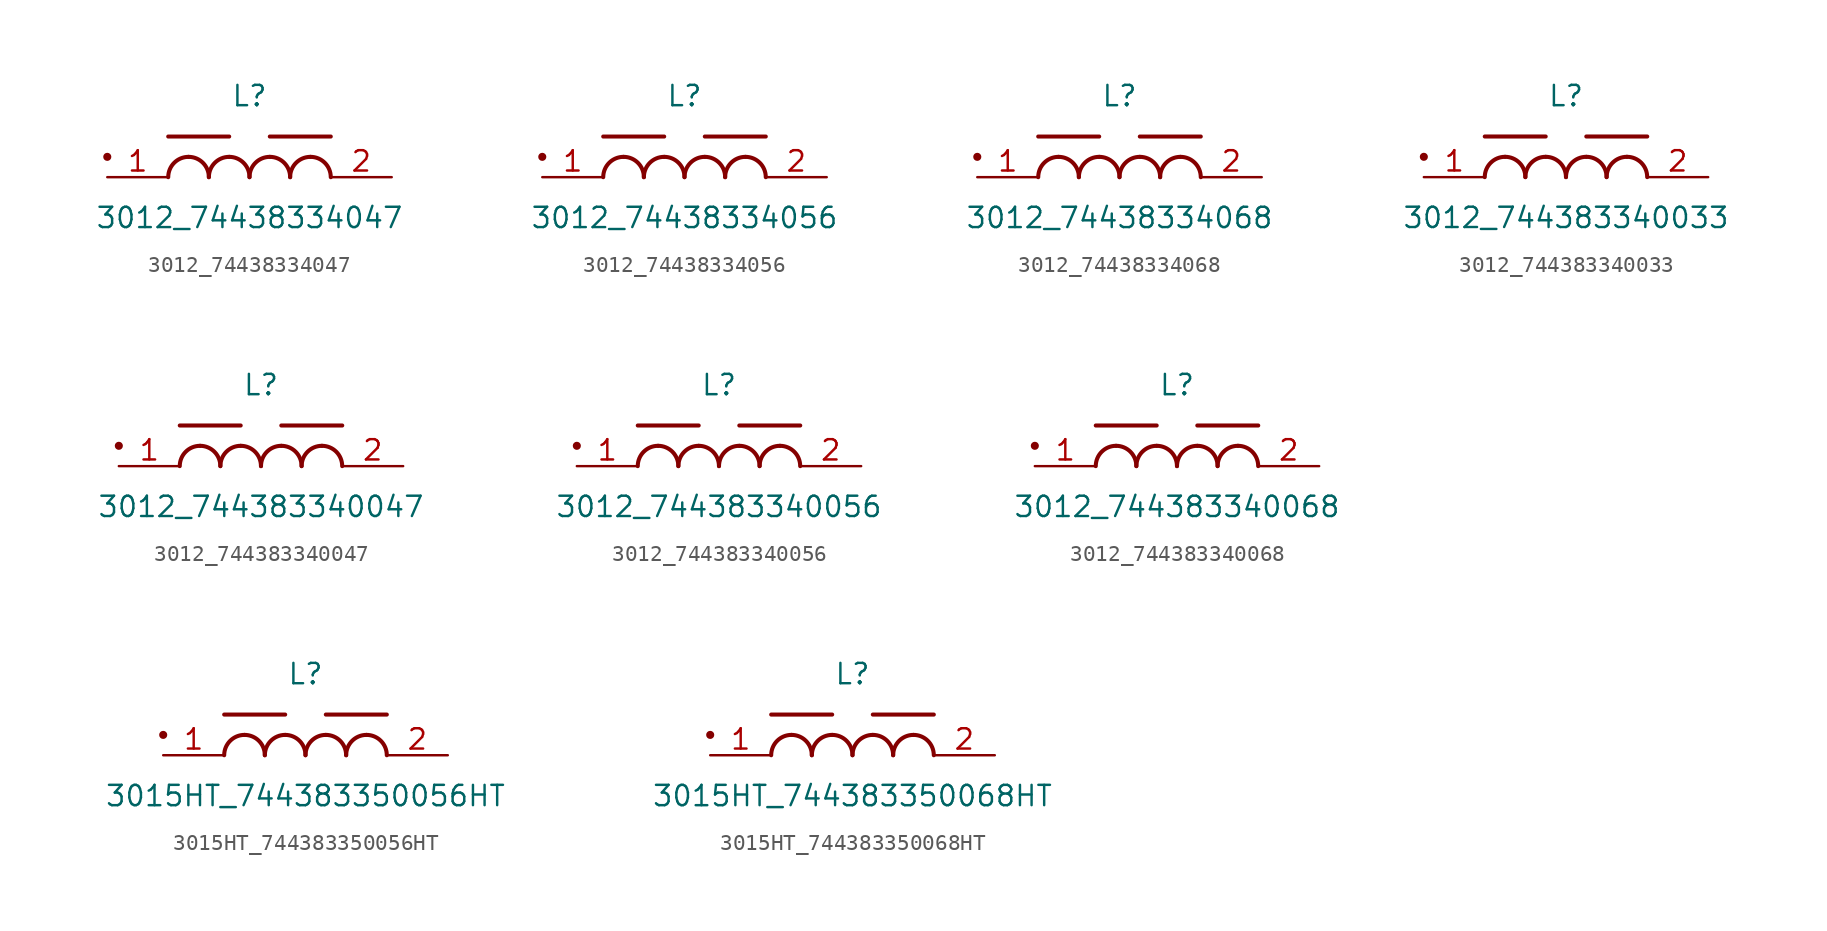
<source format=kicad_sym>
(kicad_symbol_lib
  (version 20211014)
  (generator kicad_symbol_editor)
  (symbol "Inductor_Wurth_WE-MAPI:3012_74438334047"
    (pin_names hide)
    (property "Reference" "L"
      (at 0 5.08 0)
      (effects (font (size 1.27 1.27))))
    (property "Value" "3012_74438334047"
      (at 0 -2.54 0)
      (effects (font (size 1.27 1.27))))
    (symbol "3012_74438334047_0_1"
      (circle (center -8.89 1.27) (radius 0.0001) (stroke (width 0.254)) (stroke (width 0.254) (type default) (color 0 0 0 0)) (fill (type none)))
      (arc (start -3.81 1.27) (mid -4.708 0.898) (end -5.08 0) (stroke (width 0.254) (type default) (color 0 0 0 0)) (fill (type none)))
      (arc (start -2.54 0) (mid -2.912 0.898) (end -3.81 1.27) (stroke (width 0.254) (type default) (color 0 0 0 0)) (fill (type none)))
      (arc (start -1.2699 1.2701) (mid -2.1679 0.8981) (end -2.5399 0.0001) (stroke (width 0.254) (type default) (color 0 0 0 0)) (fill (type none)))
      (polyline (pts (xy -5.08 2.54) (xy -1.27 2.54)) (stroke (width 0.254) (type default) (color 0 0 0 0)) (fill (type none)))
      (polyline (pts (xy 5.08 2.54) (xy 1.27 2.54)) (stroke (width 0.254) (type default) (color 0 0 0 0)) (fill (type none)))
      (arc (start 0.0001 0.0001) (mid -0.3719 0.8981) (end -1.2699 1.2701) (stroke (width 0.254) (type default) (color 0 0 0 0)) (fill (type none)))
      (arc (start 1.2701 1.2701) (mid 0.3721 0.8981) (end 0.0001 0.0001) (stroke (width 0.254) (type default) (color 0 0 0 0)) (fill (type none)))
      (arc (start 2.5401 0.0001) (mid 2.1681 0.8981) (end 1.2701 1.2701) (stroke (width 0.254) (type default) (color 0 0 0 0)) (fill (type none)))
      (arc (start 3.8101 1.2701) (mid 2.9121 0.8981) (end 2.5401 0.0001) (stroke (width 0.254) (type default) (color 0 0 0 0)) (fill (type none)))
      (arc (start 5.0801 0.0001) (mid 4.7081 0.8981) (end 3.8101 1.2701) (stroke (width 0.254) (type default) (color 0 0 0 0)) (fill (type none))))
    (symbol "3012_74438334047_1_1"
      (pin passive line (at -8.89 0 0) (length 3.81) (name "1" (effects (font (size 1.27 1.27)))) (number "1" (effects (font (size 1.27 1.27)))))
      (pin passive line (at 8.89 0 180) (length 3.81) (name "2" (effects (font (size 1.27 1.27)))) (number "2" (effects (font (size 1.27 1.27)))))))
  (symbol "Inductor_Wurth_WE-MAPI:3012_74438334056"
    (pin_names hide)
    (property "Reference" "L"
      (at 0 5.08 0)
      (effects (font (size 1.27 1.27))))
    (property "Value" "3012_74438334056"
      (at 0 -2.54 0)
      (effects (font (size 1.27 1.27))))
    (symbol "3012_74438334056_0_1"
      (circle (center -8.89 1.27) (radius 0.0001) (stroke (width 0.254)) (stroke (width 0.254) (type default) (color 0 0 0 0)) (fill (type none)))
      (arc (start -3.81 1.27) (mid -4.708 0.898) (end -5.08 0) (stroke (width 0.254) (type default) (color 0 0 0 0)) (fill (type none)))
      (arc (start -2.54 0) (mid -2.912 0.898) (end -3.81 1.27) (stroke (width 0.254) (type default) (color 0 0 0 0)) (fill (type none)))
      (arc (start -1.2699 1.2701) (mid -2.1679 0.8981) (end -2.5399 0.0001) (stroke (width 0.254) (type default) (color 0 0 0 0)) (fill (type none)))
      (polyline (pts (xy -5.08 2.54) (xy -1.27 2.54)) (stroke (width 0.254) (type default) (color 0 0 0 0)) (fill (type none)))
      (polyline (pts (xy 5.08 2.54) (xy 1.27 2.54)) (stroke (width 0.254) (type default) (color 0 0 0 0)) (fill (type none)))
      (arc (start 0.0001 0.0001) (mid -0.3719 0.8981) (end -1.2699 1.2701) (stroke (width 0.254) (type default) (color 0 0 0 0)) (fill (type none)))
      (arc (start 1.2701 1.2701) (mid 0.3721 0.8981) (end 0.0001 0.0001) (stroke (width 0.254) (type default) (color 0 0 0 0)) (fill (type none)))
      (arc (start 2.5401 0.0001) (mid 2.1681 0.8981) (end 1.2701 1.2701) (stroke (width 0.254) (type default) (color 0 0 0 0)) (fill (type none)))
      (arc (start 3.8101 1.2701) (mid 2.9121 0.8981) (end 2.5401 0.0001) (stroke (width 0.254) (type default) (color 0 0 0 0)) (fill (type none)))
      (arc (start 5.0801 0.0001) (mid 4.7081 0.8981) (end 3.8101 1.2701) (stroke (width 0.254) (type default) (color 0 0 0 0)) (fill (type none))))
    (symbol "3012_74438334056_1_1"
      (pin passive line (at -8.89 0 0) (length 3.81) (name "1" (effects (font (size 1.27 1.27)))) (number "1" (effects (font (size 1.27 1.27)))))
      (pin passive line (at 8.89 0 180) (length 3.81) (name "2" (effects (font (size 1.27 1.27)))) (number "2" (effects (font (size 1.27 1.27)))))))
  (symbol "Inductor_Wurth_WE-MAPI:3012_74438334068"
    (pin_names hide)
    (property "Reference" "L"
      (at 0 5.08 0)
      (effects (font (size 1.27 1.27))))
    (property "Value" "3012_74438334068"
      (at 0 -2.54 0)
      (effects (font (size 1.27 1.27))))
    (symbol "3012_74438334068_0_1"
      (circle (center -8.89 1.27) (radius 0.0001) (stroke (width 0.254)) (stroke (width 0.254) (type default) (color 0 0 0 0)) (fill (type none)))
      (arc (start -3.81 1.27) (mid -4.708 0.898) (end -5.08 0) (stroke (width 0.254) (type default) (color 0 0 0 0)) (fill (type none)))
      (arc (start -2.54 0) (mid -2.912 0.898) (end -3.81 1.27) (stroke (width 0.254) (type default) (color 0 0 0 0)) (fill (type none)))
      (arc (start -1.2699 1.2701) (mid -2.1679 0.8981) (end -2.5399 0.0001) (stroke (width 0.254) (type default) (color 0 0 0 0)) (fill (type none)))
      (polyline (pts (xy -5.08 2.54) (xy -1.27 2.54)) (stroke (width 0.254) (type default) (color 0 0 0 0)) (fill (type none)))
      (polyline (pts (xy 5.08 2.54) (xy 1.27 2.54)) (stroke (width 0.254) (type default) (color 0 0 0 0)) (fill (type none)))
      (arc (start 0.0001 0.0001) (mid -0.3719 0.8981) (end -1.2699 1.2701) (stroke (width 0.254) (type default) (color 0 0 0 0)) (fill (type none)))
      (arc (start 1.2701 1.2701) (mid 0.3721 0.8981) (end 0.0001 0.0001) (stroke (width 0.254) (type default) (color 0 0 0 0)) (fill (type none)))
      (arc (start 2.5401 0.0001) (mid 2.1681 0.8981) (end 1.2701 1.2701) (stroke (width 0.254) (type default) (color 0 0 0 0)) (fill (type none)))
      (arc (start 3.8101 1.2701) (mid 2.9121 0.8981) (end 2.5401 0.0001) (stroke (width 0.254) (type default) (color 0 0 0 0)) (fill (type none)))
      (arc (start 5.0801 0.0001) (mid 4.7081 0.8981) (end 3.8101 1.2701) (stroke (width 0.254) (type default) (color 0 0 0 0)) (fill (type none))))
    (symbol "3012_74438334068_1_1"
      (pin passive line (at -8.89 0 0) (length 3.81) (name "1" (effects (font (size 1.27 1.27)))) (number "1" (effects (font (size 1.27 1.27)))))
      (pin passive line (at 8.89 0 180) (length 3.81) (name "2" (effects (font (size 1.27 1.27)))) (number "2" (effects (font (size 1.27 1.27)))))))
  (symbol "Inductor_Wurth_WE-MAPI:3012_744383340033"
    (pin_names hide)
    (property "Reference" "L"
      (at 0 5.08 0)
      (effects (font (size 1.27 1.27))))
    (property "Value" "3012_744383340033"
      (at 0 -2.54 0)
      (effects (font (size 1.27 1.27))))
    (symbol "3012_744383340033_0_1"
      (circle (center -8.89 1.27) (radius 0.0001) (stroke (width 0.254)) (stroke (width 0.254) (type default) (color 0 0 0 0)) (fill (type none)))
      (arc (start -3.81 1.27) (mid -4.708 0.898) (end -5.08 0) (stroke (width 0.254) (type default) (color 0 0 0 0)) (fill (type none)))
      (arc (start -2.54 0) (mid -2.912 0.898) (end -3.81 1.27) (stroke (width 0.254) (type default) (color 0 0 0 0)) (fill (type none)))
      (arc (start -1.2699 1.2701) (mid -2.1679 0.8981) (end -2.5399 0.0001) (stroke (width 0.254) (type default) (color 0 0 0 0)) (fill (type none)))
      (polyline (pts (xy -5.08 2.54) (xy -1.27 2.54)) (stroke (width 0.254) (type default) (color 0 0 0 0)) (fill (type none)))
      (polyline (pts (xy 5.08 2.54) (xy 1.27 2.54)) (stroke (width 0.254) (type default) (color 0 0 0 0)) (fill (type none)))
      (arc (start 0.0001 0.0001) (mid -0.3719 0.8981) (end -1.2699 1.2701) (stroke (width 0.254) (type default) (color 0 0 0 0)) (fill (type none)))
      (arc (start 1.2701 1.2701) (mid 0.3721 0.8981) (end 0.0001 0.0001) (stroke (width 0.254) (type default) (color 0 0 0 0)) (fill (type none)))
      (arc (start 2.5401 0.0001) (mid 2.1681 0.8981) (end 1.2701 1.2701) (stroke (width 0.254) (type default) (color 0 0 0 0)) (fill (type none)))
      (arc (start 3.8101 1.2701) (mid 2.9121 0.8981) (end 2.5401 0.0001) (stroke (width 0.254) (type default) (color 0 0 0 0)) (fill (type none)))
      (arc (start 5.0801 0.0001) (mid 4.7081 0.8981) (end 3.8101 1.2701) (stroke (width 0.254) (type default) (color 0 0 0 0)) (fill (type none))))
    (symbol "3012_744383340033_1_1"
      (pin passive line (at -8.89 0 0) (length 3.81) (name "1" (effects (font (size 1.27 1.27)))) (number "1" (effects (font (size 1.27 1.27)))))
      (pin passive line (at 8.89 0 180) (length 3.81) (name "2" (effects (font (size 1.27 1.27)))) (number "2" (effects (font (size 1.27 1.27)))))))
  (symbol "Inductor_Wurth_WE-MAPI:3012_744383340047"
    (pin_names hide)
    (property "Reference" "L"
      (at 0 5.08 0)
      (effects (font (size 1.27 1.27))))
    (property "Value" "3012_744383340047"
      (at 0 -2.54 0)
      (effects (font (size 1.27 1.27))))
    (symbol "3012_744383340047_0_1"
      (circle (center -8.89 1.27) (radius 0.0001) (stroke (width 0.254)) (stroke (width 0.254) (type default) (color 0 0 0 0)) (fill (type none)))
      (arc (start -3.81 1.27) (mid -4.708 0.898) (end -5.08 0) (stroke (width 0.254) (type default) (color 0 0 0 0)) (fill (type none)))
      (arc (start -2.54 0) (mid -2.912 0.898) (end -3.81 1.27) (stroke (width 0.254) (type default) (color 0 0 0 0)) (fill (type none)))
      (arc (start -1.2699 1.2701) (mid -2.1679 0.8981) (end -2.5399 0.0001) (stroke (width 0.254) (type default) (color 0 0 0 0)) (fill (type none)))
      (polyline (pts (xy -5.08 2.54) (xy -1.27 2.54)) (stroke (width 0.254) (type default) (color 0 0 0 0)) (fill (type none)))
      (polyline (pts (xy 5.08 2.54) (xy 1.27 2.54)) (stroke (width 0.254) (type default) (color 0 0 0 0)) (fill (type none)))
      (arc (start 0.0001 0.0001) (mid -0.3719 0.8981) (end -1.2699 1.2701) (stroke (width 0.254) (type default) (color 0 0 0 0)) (fill (type none)))
      (arc (start 1.2701 1.2701) (mid 0.3721 0.8981) (end 0.0001 0.0001) (stroke (width 0.254) (type default) (color 0 0 0 0)) (fill (type none)))
      (arc (start 2.5401 0.0001) (mid 2.1681 0.8981) (end 1.2701 1.2701) (stroke (width 0.254) (type default) (color 0 0 0 0)) (fill (type none)))
      (arc (start 3.8101 1.2701) (mid 2.9121 0.8981) (end 2.5401 0.0001) (stroke (width 0.254) (type default) (color 0 0 0 0)) (fill (type none)))
      (arc (start 5.0801 0.0001) (mid 4.7081 0.8981) (end 3.8101 1.2701) (stroke (width 0.254) (type default) (color 0 0 0 0)) (fill (type none))))
    (symbol "3012_744383340047_1_1"
      (pin passive line (at -8.89 0 0) (length 3.81) (name "1" (effects (font (size 1.27 1.27)))) (number "1" (effects (font (size 1.27 1.27)))))
      (pin passive line (at 8.89 0 180) (length 3.81) (name "2" (effects (font (size 1.27 1.27)))) (number "2" (effects (font (size 1.27 1.27)))))))
  (symbol "Inductor_Wurth_WE-MAPI:3012_744383340056"
    (pin_names hide)
    (property "Reference" "L"
      (at 0 5.08 0)
      (effects (font (size 1.27 1.27))))
    (property "Value" "3012_744383340056"
      (at 0 -2.54 0)
      (effects (font (size 1.27 1.27))))
    (symbol "3012_744383340056_0_1"
      (circle (center -8.89 1.27) (radius 0.0001) (stroke (width 0.254)) (stroke (width 0.254) (type default) (color 0 0 0 0)) (fill (type none)))
      (arc (start -3.81 1.27) (mid -4.708 0.898) (end -5.08 0) (stroke (width 0.254) (type default) (color 0 0 0 0)) (fill (type none)))
      (arc (start -2.54 0) (mid -2.912 0.898) (end -3.81 1.27) (stroke (width 0.254) (type default) (color 0 0 0 0)) (fill (type none)))
      (arc (start -1.2699 1.2701) (mid -2.1679 0.8981) (end -2.5399 0.0001) (stroke (width 0.254) (type default) (color 0 0 0 0)) (fill (type none)))
      (polyline (pts (xy -5.08 2.54) (xy -1.27 2.54)) (stroke (width 0.254) (type default) (color 0 0 0 0)) (fill (type none)))
      (polyline (pts (xy 5.08 2.54) (xy 1.27 2.54)) (stroke (width 0.254) (type default) (color 0 0 0 0)) (fill (type none)))
      (arc (start 0.0001 0.0001) (mid -0.3719 0.8981) (end -1.2699 1.2701) (stroke (width 0.254) (type default) (color 0 0 0 0)) (fill (type none)))
      (arc (start 1.2701 1.2701) (mid 0.3721 0.8981) (end 0.0001 0.0001) (stroke (width 0.254) (type default) (color 0 0 0 0)) (fill (type none)))
      (arc (start 2.5401 0.0001) (mid 2.1681 0.8981) (end 1.2701 1.2701) (stroke (width 0.254) (type default) (color 0 0 0 0)) (fill (type none)))
      (arc (start 3.8101 1.2701) (mid 2.9121 0.8981) (end 2.5401 0.0001) (stroke (width 0.254) (type default) (color 0 0 0 0)) (fill (type none)))
      (arc (start 5.0801 0.0001) (mid 4.7081 0.8981) (end 3.8101 1.2701) (stroke (width 0.254) (type default) (color 0 0 0 0)) (fill (type none))))
    (symbol "3012_744383340056_1_1"
      (pin passive line (at -8.89 0 0) (length 3.81) (name "1" (effects (font (size 1.27 1.27)))) (number "1" (effects (font (size 1.27 1.27)))))
      (pin passive line (at 8.89 0 180) (length 3.81) (name "2" (effects (font (size 1.27 1.27)))) (number "2" (effects (font (size 1.27 1.27)))))))
  (symbol "Inductor_Wurth_WE-MAPI:3012_744383340068"
    (pin_names hide)
    (property "Reference" "L"
      (at 0 5.08 0)
      (effects (font (size 1.27 1.27))))
    (property "Value" "3012_744383340068"
      (at 0 -2.54 0)
      (effects (font (size 1.27 1.27))))
    (symbol "3012_744383340068_0_1"
      (circle (center -8.89 1.27) (radius 0.0001) (stroke (width 0.254)) (stroke (width 0.254) (type default) (color 0 0 0 0)) (fill (type none)))
      (arc (start -3.81 1.27) (mid -4.708 0.898) (end -5.08 0) (stroke (width 0.254) (type default) (color 0 0 0 0)) (fill (type none)))
      (arc (start -2.54 0) (mid -2.912 0.898) (end -3.81 1.27) (stroke (width 0.254) (type default) (color 0 0 0 0)) (fill (type none)))
      (arc (start -1.2699 1.2701) (mid -2.1679 0.8981) (end -2.5399 0.0001) (stroke (width 0.254) (type default) (color 0 0 0 0)) (fill (type none)))
      (polyline (pts (xy -5.08 2.54) (xy -1.27 2.54)) (stroke (width 0.254) (type default) (color 0 0 0 0)) (fill (type none)))
      (polyline (pts (xy 5.08 2.54) (xy 1.27 2.54)) (stroke (width 0.254) (type default) (color 0 0 0 0)) (fill (type none)))
      (arc (start 0.0001 0.0001) (mid -0.3719 0.8981) (end -1.2699 1.2701) (stroke (width 0.254) (type default) (color 0 0 0 0)) (fill (type none)))
      (arc (start 1.2701 1.2701) (mid 0.3721 0.8981) (end 0.0001 0.0001) (stroke (width 0.254) (type default) (color 0 0 0 0)) (fill (type none)))
      (arc (start 2.5401 0.0001) (mid 2.1681 0.8981) (end 1.2701 1.2701) (stroke (width 0.254) (type default) (color 0 0 0 0)) (fill (type none)))
      (arc (start 3.8101 1.2701) (mid 2.9121 0.8981) (end 2.5401 0.0001) (stroke (width 0.254) (type default) (color 0 0 0 0)) (fill (type none)))
      (arc (start 5.0801 0.0001) (mid 4.7081 0.8981) (end 3.8101 1.2701) (stroke (width 0.254) (type default) (color 0 0 0 0)) (fill (type none))))
    (symbol "3012_744383340068_1_1"
      (pin passive line (at -8.89 0 0) (length 3.81) (name "1" (effects (font (size 1.27 1.27)))) (number "1" (effects (font (size 1.27 1.27)))))
      (pin passive line (at 8.89 0 180) (length 3.81) (name "2" (effects (font (size 1.27 1.27)))) (number "2" (effects (font (size 1.27 1.27)))))))
  (symbol "Inductor_Wurth_WE-MAPI:3015HT_744383350056HT"
    (pin_names hide)
    (property "Reference" "L"
      (at 0 5.08 0)
      (effects (font (size 1.27 1.27))))
    (property "Value" "3015HT_744383350056HT"
      (at 0 -2.54 0)
      (effects (font (size 1.27 1.27))))
    (symbol "3015HT_744383350056HT_0_1"
      (circle (center -8.89 1.27) (radius 0.0001) (stroke (width 0.254)) (stroke (width 0.254) (type default) (color 0 0 0 0)) (fill (type none)))
      (arc (start -3.81 1.27) (mid -4.708 0.898) (end -5.08 0) (stroke (width 0.254) (type default) (color 0 0 0 0)) (fill (type none)))
      (arc (start -2.54 0) (mid -2.912 0.898) (end -3.81 1.27) (stroke (width 0.254) (type default) (color 0 0 0 0)) (fill (type none)))
      (arc (start -1.2699 1.2701) (mid -2.1679 0.8981) (end -2.5399 0.0001) (stroke (width 0.254) (type default) (color 0 0 0 0)) (fill (type none)))
      (polyline (pts (xy -5.08 2.54) (xy -1.27 2.54)) (stroke (width 0.254) (type default) (color 0 0 0 0)) (fill (type none)))
      (polyline (pts (xy 5.08 2.54) (xy 1.27 2.54)) (stroke (width 0.254) (type default) (color 0 0 0 0)) (fill (type none)))
      (arc (start 0.0001 0.0001) (mid -0.3719 0.8981) (end -1.2699 1.2701) (stroke (width 0.254) (type default) (color 0 0 0 0)) (fill (type none)))
      (arc (start 1.2701 1.2701) (mid 0.3721 0.8981) (end 0.0001 0.0001) (stroke (width 0.254) (type default) (color 0 0 0 0)) (fill (type none)))
      (arc (start 2.5401 0.0001) (mid 2.1681 0.8981) (end 1.2701 1.2701) (stroke (width 0.254) (type default) (color 0 0 0 0)) (fill (type none)))
      (arc (start 3.8101 1.2701) (mid 2.9121 0.8981) (end 2.5401 0.0001) (stroke (width 0.254) (type default) (color 0 0 0 0)) (fill (type none)))
      (arc (start 5.0801 0.0001) (mid 4.7081 0.8981) (end 3.8101 1.2701) (stroke (width 0.254) (type default) (color 0 0 0 0)) (fill (type none))))
    (symbol "3015HT_744383350056HT_1_1"
      (pin passive line (at -8.89 0 0) (length 3.81) (name "1" (effects (font (size 1.27 1.27)))) (number "1" (effects (font (size 1.27 1.27)))))
      (pin passive line (at 8.89 0 180) (length 3.81) (name "2" (effects (font (size 1.27 1.27)))) (number "2" (effects (font (size 1.27 1.27)))))))
  (symbol "Inductor_Wurth_WE-MAPI:3015HT_744383350068HT"
    (pin_names hide)
    (property "Reference" "L"
      (at 0 5.08 0)
      (effects (font (size 1.27 1.27))))
    (property "Value" "3015HT_744383350068HT"
      (at 0 -2.54 0)
      (effects (font (size 1.27 1.27))))
    (symbol "3015HT_744383350068HT_0_1"
      (circle (center -8.89 1.27) (radius 0.0001) (stroke (width 0.254)) (stroke (width 0.254) (type default) (color 0 0 0 0)) (fill (type none)))
      (arc (start -3.81 1.27) (mid -4.708 0.898) (end -5.08 0) (stroke (width 0.254) (type default) (color 0 0 0 0)) (fill (type none)))
      (arc (start -2.54 0) (mid -2.912 0.898) (end -3.81 1.27) (stroke (width 0.254) (type default) (color 0 0 0 0)) (fill (type none)))
      (arc (start -1.2699 1.2701) (mid -2.1679 0.8981) (end -2.5399 0.0001) (stroke (width 0.254) (type default) (color 0 0 0 0)) (fill (type none)))
      (polyline (pts (xy -5.08 2.54) (xy -1.27 2.54)) (stroke (width 0.254) (type default) (color 0 0 0 0)) (fill (type none)))
      (polyline (pts (xy 5.08 2.54) (xy 1.27 2.54)) (stroke (width 0.254) (type default) (color 0 0 0 0)) (fill (type none)))
      (arc (start 0.0001 0.0001) (mid -0.3719 0.8981) (end -1.2699 1.2701) (stroke (width 0.254) (type default) (color 0 0 0 0)) (fill (type none)))
      (arc (start 1.2701 1.2701) (mid 0.3721 0.8981) (end 0.0001 0.0001) (stroke (width 0.254) (type default) (color 0 0 0 0)) (fill (type none)))
      (arc (start 2.5401 0.0001) (mid 2.1681 0.8981) (end 1.2701 1.2701) (stroke (width 0.254) (type default) (color 0 0 0 0)) (fill (type none)))
      (arc (start 3.8101 1.2701) (mid 2.9121 0.8981) (end 2.5401 0.0001) (stroke (width 0.254) (type default) (color 0 0 0 0)) (fill (type none)))
      (arc (start 5.0801 0.0001) (mid 4.7081 0.8981) (end 3.8101 1.2701) (stroke (width 0.254) (type default) (color 0 0 0 0)) (fill (type none))))
    (symbol "3015HT_744383350068HT_1_1"
      (pin passive line (at -8.89 0 0) (length 3.81) (name "1" (effects (font (size 1.27 1.27)))) (number "1" (effects (font (size 1.27 1.27)))))
      (pin passive line (at 8.89 0 180) (length 3.81) (name "2" (effects (font (size 1.27 1.27)))) (number "2" (effects (font (size 1.27 1.27))))))))
</source>
